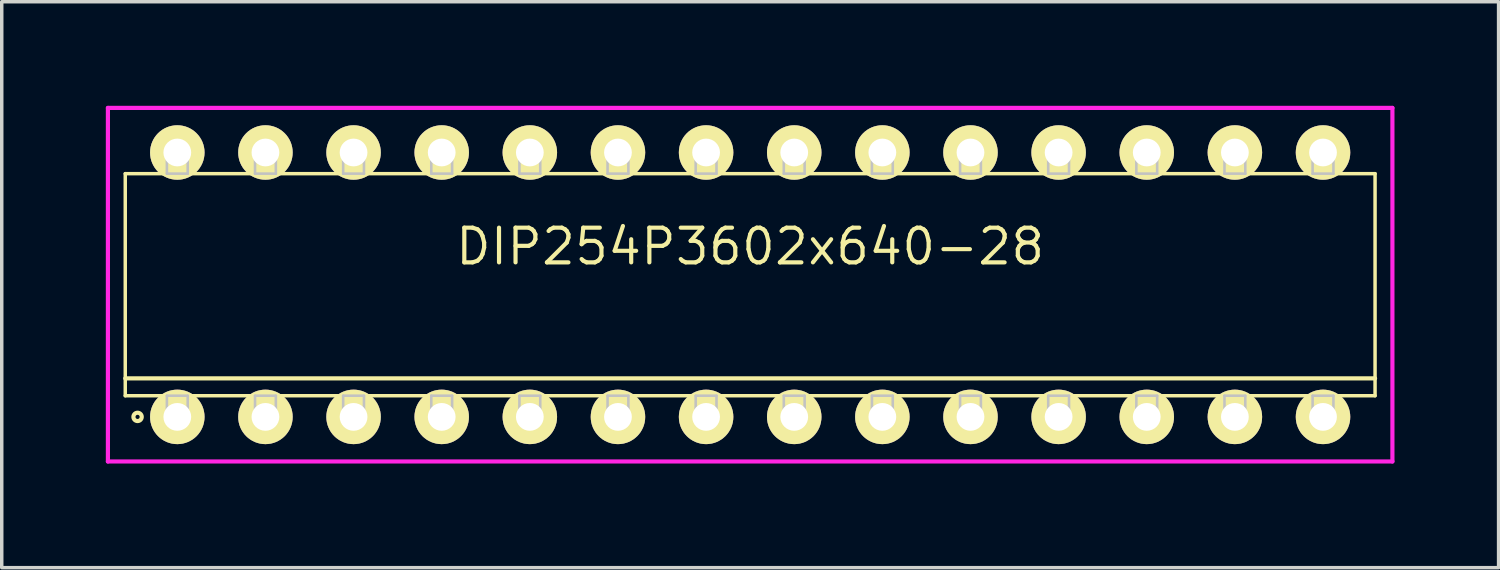
<source format=kicad_pcb>
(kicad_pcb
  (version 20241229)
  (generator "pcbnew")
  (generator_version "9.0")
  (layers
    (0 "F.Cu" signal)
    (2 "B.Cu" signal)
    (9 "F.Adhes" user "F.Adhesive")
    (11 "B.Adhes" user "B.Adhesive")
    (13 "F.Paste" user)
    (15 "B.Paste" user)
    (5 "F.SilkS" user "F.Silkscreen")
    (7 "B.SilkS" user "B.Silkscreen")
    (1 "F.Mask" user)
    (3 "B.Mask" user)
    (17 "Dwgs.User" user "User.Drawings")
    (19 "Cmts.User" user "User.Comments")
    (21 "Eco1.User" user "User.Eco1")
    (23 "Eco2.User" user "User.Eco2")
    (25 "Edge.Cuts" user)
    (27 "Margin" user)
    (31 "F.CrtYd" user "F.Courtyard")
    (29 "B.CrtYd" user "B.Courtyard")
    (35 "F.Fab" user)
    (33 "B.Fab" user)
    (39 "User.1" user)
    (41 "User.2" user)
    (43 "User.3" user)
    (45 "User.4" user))
  (footprint "DIP254P3602x640-28"
    (layer "F.Cu")
    (at 18.57 5.155)
    (property "Reference" "DIP254P3602x640-28" (at 0 -1.1 0) (layer "F.SilkS") (effects (font (size 1 1) (thickness 0.12))))
    (attr through_hole)
    (fp_line (start -18.01 -3.2) (end -18.01 3.2) (stroke (width 0.1) (type solid)) (layer "F.SilkS"))
    (fp_line (start -18.01 2.7) (end 18.01 2.7) (stroke (width 0.12) (type solid)) (layer "F.SilkS"))
    (fp_line (start -18.01 3.2) (end 18.01 3.2) (stroke (width 0.1) (type solid)) (layer "F.SilkS"))
    (fp_line (start 18.01 -3.2) (end -18.01 -3.2) (stroke (width 0.1) (type solid)) (layer "F.SilkS"))
    (fp_line (start 18.01 3.2) (end 18.01 -3.2) (stroke (width 0.1) (type solid)) (layer "F.SilkS"))
    (fp_circle (center -17.655 3.81) (end -17.535 3.81) (stroke (width 0.12) (type solid)) (fill no) (layer "F.SilkS"))
    (fp_line (start -16.81 -3.81) (end -16.81 -3.2) (stroke (width 0.075) (type solid)) (layer "Dwgs.User"))
    (fp_line (start -16.81 -3.2) (end -16.21 -3.2) (stroke (width 0.075) (type solid)) (layer "Dwgs.User"))
    (fp_line (start -16.81 3.2) (end -16.21 3.2) (stroke (width 0.075) (type solid)) (layer "Dwgs.User"))
    (fp_line (start -16.81 3.81) (end -16.81 3.2) (stroke (width 0.075) (type solid)) (layer "Dwgs.User"))
    (fp_line (start -16.21 -3.81) (end -16.81 -3.81) (stroke (width 0.075) (type solid)) (layer "Dwgs.User"))
    (fp_line (start -16.21 -3.2) (end -16.21 -3.81) (stroke (width 0.075) (type solid)) (layer "Dwgs.User"))
    (fp_line (start -16.21 3.2) (end -16.21 3.81) (stroke (width 0.075) (type solid)) (layer "Dwgs.User"))
    (fp_line (start -16.21 3.81) (end -16.81 3.81) (stroke (width 0.075) (type solid)) (layer "Dwgs.User"))
    (fp_line (start -14.27 -3.81) (end -14.27 -3.2) (stroke (width 0.075) (type solid)) (layer "Dwgs.User"))
    (fp_line (start -14.27 -3.2) (end -13.67 -3.2) (stroke (width 0.075) (type solid)) (layer "Dwgs.User"))
    (fp_line (start -14.27 3.2) (end -13.67 3.2) (stroke (width 0.075) (type solid)) (layer "Dwgs.User"))
    (fp_line (start -14.27 3.81) (end -14.27 3.2) (stroke (width 0.075) (type solid)) (layer "Dwgs.User"))
    (fp_line (start -13.67 -3.81) (end -14.27 -3.81) (stroke (width 0.075) (type solid)) (layer "Dwgs.User"))
    (fp_line (start -13.67 -3.2) (end -13.67 -3.81) (stroke (width 0.075) (type solid)) (layer "Dwgs.User"))
    (fp_line (start -13.67 3.2) (end -13.67 3.81) (stroke (width 0.075) (type solid)) (layer "Dwgs.User"))
    (fp_line (start -13.67 3.81) (end -14.27 3.81) (stroke (width 0.075) (type solid)) (layer "Dwgs.User"))
    (fp_line (start -11.73 -3.81) (end -11.73 -3.2) (stroke (width 0.075) (type solid)) (layer "Dwgs.User"))
    (fp_line (start -11.73 -3.2) (end -11.13 -3.2) (stroke (width 0.075) (type solid)) (layer "Dwgs.User"))
    (fp_line (start -11.73 3.2) (end -11.13 3.2) (stroke (width 0.075) (type solid)) (layer "Dwgs.User"))
    (fp_line (start -11.73 3.81) (end -11.73 3.2) (stroke (width 0.075) (type solid)) (layer "Dwgs.User"))
    (fp_line (start -11.13 -3.81) (end -11.73 -3.81) (stroke (width 0.075) (type solid)) (layer "Dwgs.User"))
    (fp_line (start -11.13 -3.2) (end -11.13 -3.81) (stroke (width 0.075) (type solid)) (layer "Dwgs.User"))
    (fp_line (start -11.13 3.2) (end -11.13 3.81) (stroke (width 0.075) (type solid)) (layer "Dwgs.User"))
    (fp_line (start -11.13 3.81) (end -11.73 3.81) (stroke (width 0.075) (type solid)) (layer "Dwgs.User"))
    (fp_line (start -9.19 -3.81) (end -9.19 -3.2) (stroke (width 0.075) (type solid)) (layer "Dwgs.User"))
    (fp_line (start -9.19 -3.2) (end -8.59 -3.2) (stroke (width 0.075) (type solid)) (layer "Dwgs.User"))
    (fp_line (start -9.19 3.2) (end -8.59 3.2) (stroke (width 0.075) (type solid)) (layer "Dwgs.User"))
    (fp_line (start -9.19 3.81) (end -9.19 3.2) (stroke (width 0.075) (type solid)) (layer "Dwgs.User"))
    (fp_line (start -8.59 -3.81) (end -9.19 -3.81) (stroke (width 0.075) (type solid)) (layer "Dwgs.User"))
    (fp_line (start -8.59 -3.2) (end -8.59 -3.81) (stroke (width 0.075) (type solid)) (layer "Dwgs.User"))
    (fp_line (start -8.59 3.2) (end -8.59 3.81) (stroke (width 0.075) (type solid)) (layer "Dwgs.User"))
    (fp_line (start -8.59 3.81) (end -9.19 3.81) (stroke (width 0.075) (type solid)) (layer "Dwgs.User"))
    (fp_line (start -6.65 -3.81) (end -6.65 -3.2) (stroke (width 0.075) (type solid)) (layer "Dwgs.User"))
    (fp_line (start -6.65 -3.2) (end -6.05 -3.2) (stroke (width 0.075) (type solid)) (layer "Dwgs.User"))
    (fp_line (start -6.65 3.2) (end -6.05 3.2) (stroke (width 0.075) (type solid)) (layer "Dwgs.User"))
    (fp_line (start -6.65 3.81) (end -6.65 3.2) (stroke (width 0.075) (type solid)) (layer "Dwgs.User"))
    (fp_line (start -6.05 -3.81) (end -6.65 -3.81) (stroke (width 0.075) (type solid)) (layer "Dwgs.User"))
    (fp_line (start -6.05 -3.2) (end -6.05 -3.81) (stroke (width 0.075) (type solid)) (layer "Dwgs.User"))
    (fp_line (start -6.05 3.2) (end -6.05 3.81) (stroke (width 0.075) (type solid)) (layer "Dwgs.User"))
    (fp_line (start -6.05 3.81) (end -6.65 3.81) (stroke (width 0.075) (type solid)) (layer "Dwgs.User"))
    (fp_line (start -4.11 -3.81) (end -4.11 -3.2) (stroke (width 0.075) (type solid)) (layer "Dwgs.User"))
    (fp_line (start -4.11 -3.2) (end -3.51 -3.2) (stroke (width 0.075) (type solid)) (layer "Dwgs.User"))
    (fp_line (start -4.11 3.2) (end -3.51 3.2) (stroke (width 0.075) (type solid)) (layer "Dwgs.User"))
    (fp_line (start -4.11 3.81) (end -4.11 3.2) (stroke (width 0.075) (type solid)) (layer "Dwgs.User"))
    (fp_line (start -3.51 -3.81) (end -4.11 -3.81) (stroke (width 0.075) (type solid)) (layer "Dwgs.User"))
    (fp_line (start -3.51 -3.2) (end -3.51 -3.81) (stroke (width 0.075) (type solid)) (layer "Dwgs.User"))
    (fp_line (start -3.51 3.2) (end -3.51 3.81) (stroke (width 0.075) (type solid)) (layer "Dwgs.User"))
    (fp_line (start -3.51 3.81) (end -4.11 3.81) (stroke (width 0.075) (type solid)) (layer "Dwgs.User"))
    (fp_line (start -1.57 -3.81) (end -1.57 -3.2) (stroke (width 0.075) (type solid)) (layer "Dwgs.User"))
    (fp_line (start -1.57 -3.2) (end -0.97 -3.2) (stroke (width 0.075) (type solid)) (layer "Dwgs.User"))
    (fp_line (start -1.57 3.2) (end -0.97 3.2) (stroke (width 0.075) (type solid)) (layer "Dwgs.User"))
    (fp_line (start -1.57 3.81) (end -1.57 3.2) (stroke (width 0.075) (type solid)) (layer "Dwgs.User"))
    (fp_line (start -0.97 -3.81) (end -1.57 -3.81) (stroke (width 0.075) (type solid)) (layer "Dwgs.User"))
    (fp_line (start -0.97 -3.2) (end -0.97 -3.81) (stroke (width 0.075) (type solid)) (layer "Dwgs.User"))
    (fp_line (start -0.97 3.2) (end -0.97 3.81) (stroke (width 0.075) (type solid)) (layer "Dwgs.User"))
    (fp_line (start -0.97 3.81) (end -1.57 3.81) (stroke (width 0.075) (type solid)) (layer "Dwgs.User"))
    (fp_line (start 0.97 -3.81) (end 0.97 -3.2) (stroke (width 0.075) (type solid)) (layer "Dwgs.User"))
    (fp_line (start 0.97 -3.2) (end 1.57 -3.2) (stroke (width 0.075) (type solid)) (layer "Dwgs.User"))
    (fp_line (start 0.97 3.2) (end 1.57 3.2) (stroke (width 0.075) (type solid)) (layer "Dwgs.User"))
    (fp_line (start 0.97 3.81) (end 0.97 3.2) (stroke (width 0.075) (type solid)) (layer "Dwgs.User"))
    (fp_line (start 1.57 -3.81) (end 0.97 -3.81) (stroke (width 0.075) (type solid)) (layer "Dwgs.User"))
    (fp_line (start 1.57 -3.2) (end 1.57 -3.81) (stroke (width 0.075) (type solid)) (layer "Dwgs.User"))
    (fp_line (start 1.57 3.2) (end 1.57 3.81) (stroke (width 0.075) (type solid)) (layer "Dwgs.User"))
    (fp_line (start 1.57 3.81) (end 0.97 3.81) (stroke (width 0.075) (type solid)) (layer "Dwgs.User"))
    (fp_line (start 3.51 -3.81) (end 3.51 -3.2) (stroke (width 0.075) (type solid)) (layer "Dwgs.User"))
    (fp_line (start 3.51 -3.2) (end 4.11 -3.2) (stroke (width 0.075) (type solid)) (layer "Dwgs.User"))
    (fp_line (start 3.51 3.2) (end 4.11 3.2) (stroke (width 0.075) (type solid)) (layer "Dwgs.User"))
    (fp_line (start 3.51 3.81) (end 3.51 3.2) (stroke (width 0.075) (type solid)) (layer "Dwgs.User"))
    (fp_line (start 4.11 -3.81) (end 3.51 -3.81) (stroke (width 0.075) (type solid)) (layer "Dwgs.User"))
    (fp_line (start 4.11 -3.2) (end 4.11 -3.81) (stroke (width 0.075) (type solid)) (layer "Dwgs.User"))
    (fp_line (start 4.11 3.2) (end 4.11 3.81) (stroke (width 0.075) (type solid)) (layer "Dwgs.User"))
    (fp_line (start 4.11 3.81) (end 3.51 3.81) (stroke (width 0.075) (type solid)) (layer "Dwgs.User"))
    (fp_line (start 6.05 -3.81) (end 6.05 -3.2) (stroke (width 0.075) (type solid)) (layer "Dwgs.User"))
    (fp_line (start 6.05 -3.2) (end 6.65 -3.2) (stroke (width 0.075) (type solid)) (layer "Dwgs.User"))
    (fp_line (start 6.05 3.2) (end 6.65 3.2) (stroke (width 0.075) (type solid)) (layer "Dwgs.User"))
    (fp_line (start 6.05 3.81) (end 6.05 3.2) (stroke (width 0.075) (type solid)) (layer "Dwgs.User"))
    (fp_line (start 6.65 -3.81) (end 6.05 -3.81) (stroke (width 0.075) (type solid)) (layer "Dwgs.User"))
    (fp_line (start 6.65 -3.2) (end 6.65 -3.81) (stroke (width 0.075) (type solid)) (layer "Dwgs.User"))
    (fp_line (start 6.65 3.2) (end 6.65 3.81) (stroke (width 0.075) (type solid)) (layer "Dwgs.User"))
    (fp_line (start 6.65 3.81) (end 6.05 3.81) (stroke (width 0.075) (type solid)) (layer "Dwgs.User"))
    (fp_line (start 8.59 -3.81) (end 8.59 -3.2) (stroke (width 0.075) (type solid)) (layer "Dwgs.User"))
    (fp_line (start 8.59 -3.2) (end 9.19 -3.2) (stroke (width 0.075) (type solid)) (layer "Dwgs.User"))
    (fp_line (start 8.59 3.2) (end 9.19 3.2) (stroke (width 0.075) (type solid)) (layer "Dwgs.User"))
    (fp_line (start 8.59 3.81) (end 8.59 3.2) (stroke (width 0.075) (type solid)) (layer "Dwgs.User"))
    (fp_line (start 9.19 -3.81) (end 8.59 -3.81) (stroke (width 0.075) (type solid)) (layer "Dwgs.User"))
    (fp_line (start 9.19 -3.2) (end 9.19 -3.81) (stroke (width 0.075) (type solid)) (layer "Dwgs.User"))
    (fp_line (start 9.19 3.2) (end 9.19 3.81) (stroke (width 0.075) (type solid)) (layer "Dwgs.User"))
    (fp_line (start 9.19 3.81) (end 8.59 3.81) (stroke (width 0.075) (type solid)) (layer "Dwgs.User"))
    (fp_line (start 11.13 -3.81) (end 11.13 -3.2) (stroke (width 0.075) (type solid)) (layer "Dwgs.User"))
    (fp_line (start 11.13 -3.2) (end 11.73 -3.2) (stroke (width 0.075) (type solid)) (layer "Dwgs.User"))
    (fp_line (start 11.13 3.2) (end 11.73 3.2) (stroke (width 0.075) (type solid)) (layer "Dwgs.User"))
    (fp_line (start 11.13 3.81) (end 11.13 3.2) (stroke (width 0.075) (type solid)) (layer "Dwgs.User"))
    (fp_line (start 11.73 -3.81) (end 11.13 -3.81) (stroke (width 0.075) (type solid)) (layer "Dwgs.User"))
    (fp_line (start 11.73 -3.2) (end 11.73 -3.81) (stroke (width 0.075) (type solid)) (layer "Dwgs.User"))
    (fp_line (start 11.73 3.2) (end 11.73 3.81) (stroke (width 0.075) (type solid)) (layer "Dwgs.User"))
    (fp_line (start 11.73 3.81) (end 11.13 3.81) (stroke (width 0.075) (type solid)) (layer "Dwgs.User"))
    (fp_line (start 13.67 -3.81) (end 13.67 -3.2) (stroke (width 0.075) (type solid)) (layer "Dwgs.User"))
    (fp_line (start 13.67 -3.2) (end 14.27 -3.2) (stroke (width 0.075) (type solid)) (layer "Dwgs.User"))
    (fp_line (start 13.67 3.2) (end 14.27 3.2) (stroke (width 0.075) (type solid)) (layer "Dwgs.User"))
    (fp_line (start 13.67 3.81) (end 13.67 3.2) (stroke (width 0.075) (type solid)) (layer "Dwgs.User"))
    (fp_line (start 14.27 -3.81) (end 13.67 -3.81) (stroke (width 0.075) (type solid)) (layer "Dwgs.User"))
    (fp_line (start 14.27 -3.2) (end 14.27 -3.81) (stroke (width 0.075) (type solid)) (layer "Dwgs.User"))
    (fp_line (start 14.27 3.2) (end 14.27 3.81) (stroke (width 0.075) (type solid)) (layer "Dwgs.User"))
    (fp_line (start 14.27 3.81) (end 13.67 3.81) (stroke (width 0.075) (type solid)) (layer "Dwgs.User"))
    (fp_line (start 16.21 -3.81) (end 16.21 -3.2) (stroke (width 0.075) (type solid)) (layer "Dwgs.User"))
    (fp_line (start 16.21 -3.2) (end 16.81 -3.2) (stroke (width 0.075) (type solid)) (layer "Dwgs.User"))
    (fp_line (start 16.21 3.2) (end 16.81 3.2) (stroke (width 0.075) (type solid)) (layer "Dwgs.User"))
    (fp_line (start 16.21 3.81) (end 16.21 3.2) (stroke (width 0.075) (type solid)) (layer "Dwgs.User"))
    (fp_line (start 16.81 -3.81) (end 16.21 -3.81) (stroke (width 0.075) (type solid)) (layer "Dwgs.User"))
    (fp_line (start 16.81 -3.2) (end 16.81 -3.81) (stroke (width 0.075) (type solid)) (layer "Dwgs.User"))
    (fp_line (start 16.81 3.2) (end 16.81 3.81) (stroke (width 0.075) (type solid)) (layer "Dwgs.User"))
    (fp_line (start 16.81 3.81) (end 16.21 3.81) (stroke (width 0.075) (type solid)) (layer "Dwgs.User"))
    (fp_line (start -0.75 0) (end 0.75 0) (stroke (width 0.12) (type solid)) (layer "Eco1.User"))
    (fp_line (start 0 -0.75) (end 0 0.75) (stroke (width 0.12) (type solid)) (layer "Eco1.User"))
    (fp_circle (center 0 0) (end 0.5 0) (stroke (width 0.12) (type solid)) (fill no) (layer "Eco1.User"))
    (fp_line (start -18.51 -5.095) (end -18.51 5.095) (stroke (width 0.12) (type solid)) (layer "F.CrtYd"))
    (fp_line (start -18.51 5.095) (end 18.51 5.095) (stroke (width 0.12) (type solid)) (layer "F.CrtYd"))
    (fp_line (start 18.51 -5.095) (end -18.51 -5.095) (stroke (width 0.12) (type solid)) (layer "F.CrtYd"))
    (fp_line (start 18.51 5.095) (end 18.51 -5.095) (stroke (width 0.12) (type solid)) (layer "F.CrtYd"))
    (pad "1" thru_hole oval (at -16.51 3.81) (size 1.57 1.57) (drill 0.8) (layers "*.Cu" "*.Mask" "F.SilkS"))
    (pad "2" thru_hole oval (at -13.97 3.81) (size 1.57 1.57) (drill 0.8) (layers "*.Cu" "*.Mask" "F.SilkS"))
    (pad "3" thru_hole oval (at -11.43 3.81) (size 1.57 1.57) (drill 0.8) (layers "*.Cu" "*.Mask" "F.SilkS"))
    (pad "4" thru_hole oval (at -8.89 3.81) (size 1.57 1.57) (drill 0.8) (layers "*.Cu" "*.Mask" "F.SilkS"))
    (pad "5" thru_hole oval (at -6.35 3.81) (size 1.57 1.57) (drill 0.8) (layers "*.Cu" "*.Mask" "F.SilkS"))
    (pad "6" thru_hole oval (at -3.81 3.81) (size 1.57 1.57) (drill 0.8) (layers "*.Cu" "*.Mask" "F.SilkS"))
    (pad "7" thru_hole oval (at -1.27 3.81) (size 1.57 1.57) (drill 0.8) (layers "*.Cu" "*.Mask" "F.SilkS"))
    (pad "8" thru_hole oval (at 1.27 3.81) (size 1.57 1.57) (drill 0.8) (layers "*.Cu" "*.Mask" "F.SilkS"))
    (pad "9" thru_hole oval (at 3.81 3.81) (size 1.57 1.57) (drill 0.8) (layers "*.Cu" "*.Mask" "F.SilkS"))
    (pad "10" thru_hole oval (at 6.35 3.81) (size 1.57 1.57) (drill 0.8) (layers "*.Cu" "*.Mask" "F.SilkS"))
    (pad "11" thru_hole oval (at 8.89 3.81) (size 1.57 1.57) (drill 0.8) (layers "*.Cu" "*.Mask" "F.SilkS"))
    (pad "12" thru_hole oval (at 11.43 3.81) (size 1.57 1.57) (drill 0.8) (layers "*.Cu" "*.Mask" "F.SilkS"))
    (pad "13" thru_hole oval (at 13.97 3.81) (size 1.57 1.57) (drill 0.8) (layers "*.Cu" "*.Mask" "F.SilkS"))
    (pad "14" thru_hole oval (at 16.51 3.81) (size 1.57 1.57) (drill 0.8) (layers "*.Cu" "*.Mask" "F.SilkS"))
    (pad "15" thru_hole oval (at 16.51 -3.81) (size 1.57 1.57) (drill 0.8) (layers "*.Cu" "*.Mask" "F.SilkS"))
    (pad "16" thru_hole oval (at 13.97 -3.81) (size 1.57 1.57) (drill 0.8) (layers "*.Cu" "*.Mask" "F.SilkS"))
    (pad "17" thru_hole oval (at 11.43 -3.81) (size 1.57 1.57) (drill 0.8) (layers "*.Cu" "*.Mask" "F.SilkS"))
    (pad "18" thru_hole oval (at 8.89 -3.81) (size 1.57 1.57) (drill 0.8) (layers "*.Cu" "*.Mask" "F.SilkS"))
    (pad "19" thru_hole oval (at 6.35 -3.81) (size 1.57 1.57) (drill 0.8) (layers "*.Cu" "*.Mask" "F.SilkS"))
    (pad "20" thru_hole oval (at 3.81 -3.81) (size 1.57 1.57) (drill 0.8) (layers "*.Cu" "*.Mask" "F.SilkS"))
    (pad "21" thru_hole oval (at 1.27 -3.81) (size 1.57 1.57) (drill 0.8) (layers "*.Cu" "*.Mask" "F.SilkS"))
    (pad "22" thru_hole oval (at -1.27 -3.81) (size 1.57 1.57) (drill 0.8) (layers "*.Cu" "*.Mask" "F.SilkS"))
    (pad "23" thru_hole oval (at -3.81 -3.81) (size 1.57 1.57) (drill 0.8) (layers "*.Cu" "*.Mask" "F.SilkS"))
    (pad "24" thru_hole oval (at -6.35 -3.81) (size 1.57 1.57) (drill 0.8) (layers "*.Cu" "*.Mask" "F.SilkS"))
    (pad "25" thru_hole oval (at -8.89 -3.81) (size 1.57 1.57) (drill 0.8) (layers "*.Cu" "*.Mask" "F.SilkS"))
    (pad "26" thru_hole oval (at -11.43 -3.81) (size 1.57 1.57) (drill 0.8) (layers "*.Cu" "*.Mask" "F.SilkS"))
    (pad "27" thru_hole oval (at -13.97 -3.81) (size 1.57 1.57) (drill 0.8) (layers "*.Cu" "*.Mask" "F.SilkS"))
    (pad "28" thru_hole oval (at -16.51 -3.81) (size 1.57 1.57) (drill 0.8) (layers "*.Cu" "*.Mask" "F.SilkS")))
  (gr_rect
    (start -3 -3)
    (end 40.14 13.31)
    (stroke (width 0.1) (type default))
    (fill no)
    (layer "Edge.Cuts")))
</source>
